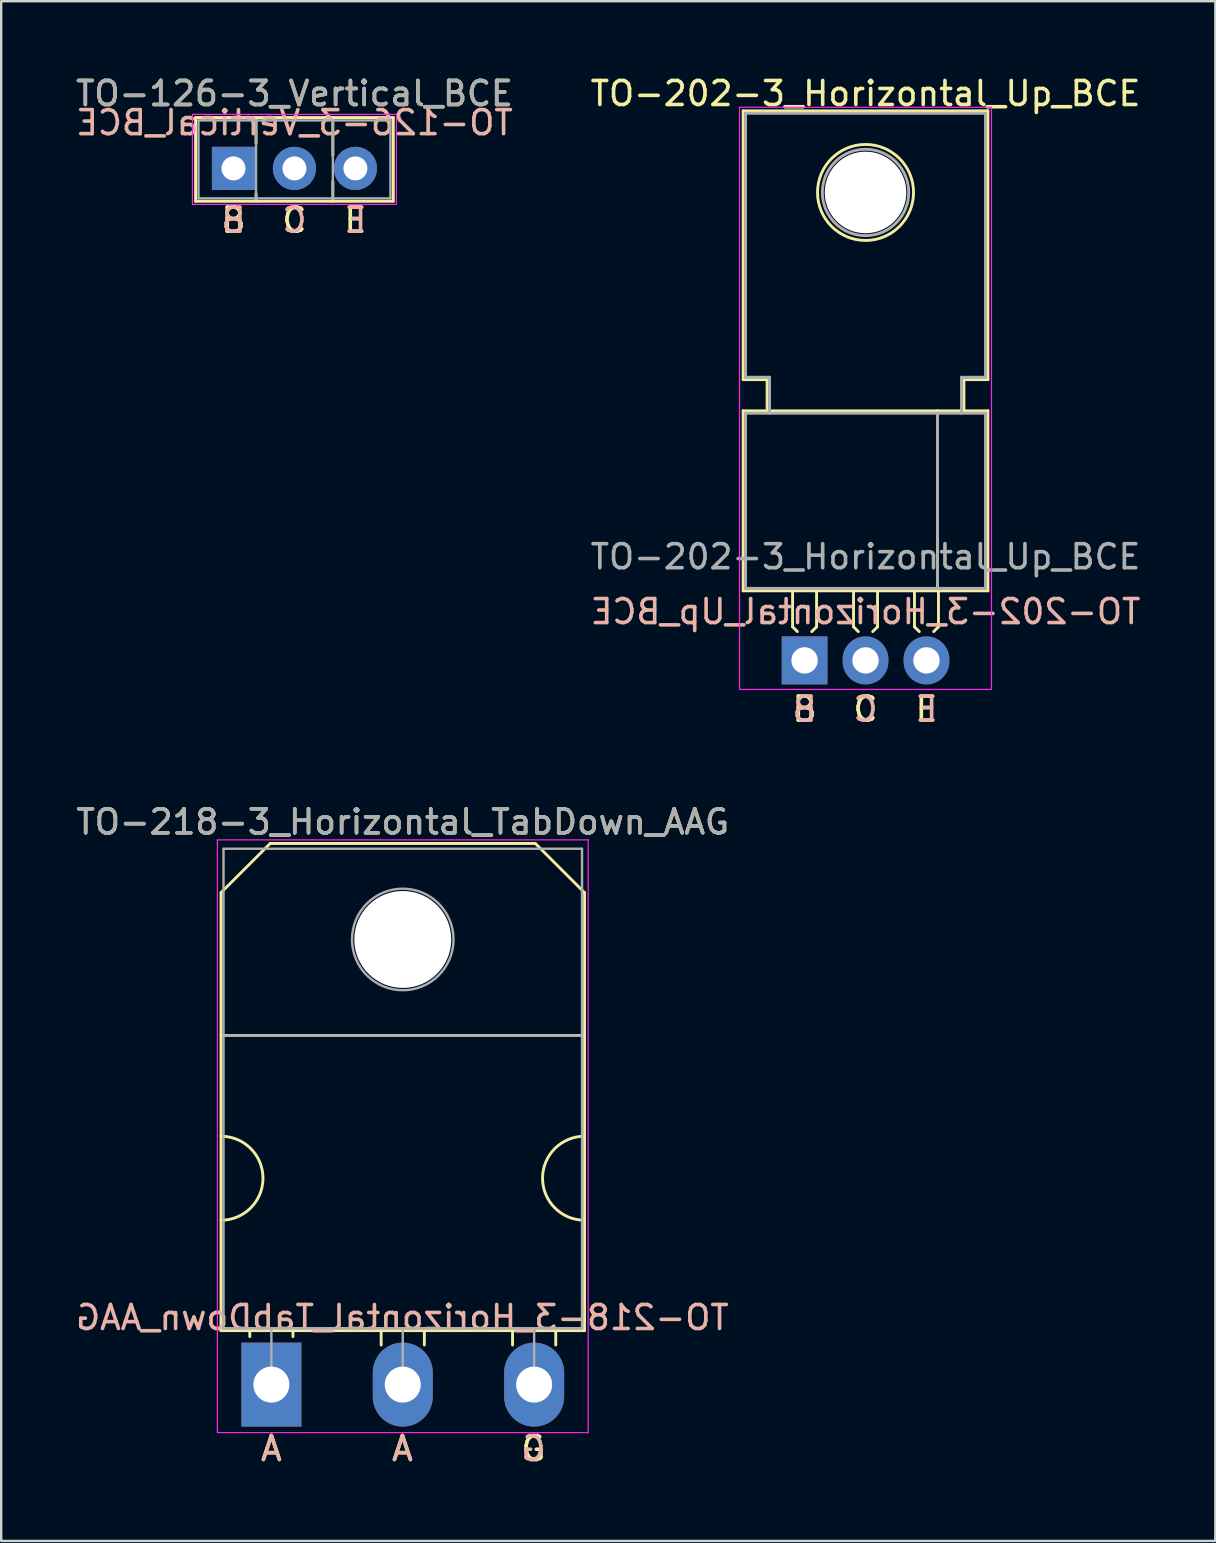
<source format=kicad_pcb>
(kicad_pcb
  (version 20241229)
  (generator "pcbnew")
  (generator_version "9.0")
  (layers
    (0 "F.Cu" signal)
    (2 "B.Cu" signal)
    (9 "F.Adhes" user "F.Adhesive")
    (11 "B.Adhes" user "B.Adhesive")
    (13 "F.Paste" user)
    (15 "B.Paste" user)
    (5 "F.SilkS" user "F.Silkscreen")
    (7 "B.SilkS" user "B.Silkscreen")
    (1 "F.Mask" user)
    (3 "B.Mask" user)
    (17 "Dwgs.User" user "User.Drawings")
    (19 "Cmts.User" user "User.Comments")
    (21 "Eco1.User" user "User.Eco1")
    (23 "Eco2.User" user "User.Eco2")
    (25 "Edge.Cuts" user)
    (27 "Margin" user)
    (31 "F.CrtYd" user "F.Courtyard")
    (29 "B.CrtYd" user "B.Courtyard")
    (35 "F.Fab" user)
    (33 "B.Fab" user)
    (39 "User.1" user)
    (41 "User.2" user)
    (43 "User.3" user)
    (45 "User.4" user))
  (footprint "TO-126-3_Vertical_BCE"
    (layer "F.Cu")
    (at 6.68 3.968)
    (property "Reference" "TO-126-3_Vertical_BCE" (at 2.54 -3.12 0) (layer "F.SilkS") (effects (font (size 1 1) (thickness 0.15))))
    (fp_line (start -1.58 -2.12) (end -1.58 1.37) (stroke (width 0.12) (type solid)) (layer "F.SilkS"))
    (fp_line (start -1.58 -2.12) (end 6.66 -2.12) (stroke (width 0.12) (type solid)) (layer "F.SilkS"))
    (fp_line (start -1.58 1.37) (end 6.66 1.37) (stroke (width 0.12) (type solid)) (layer "F.SilkS"))
    (fp_line (start 0.94 -2.12) (end 0.94 -1.05) (stroke (width 0.12) (type solid)) (layer "F.SilkS"))
    (fp_line (start 0.94 1.05) (end 0.94 1.37) (stroke (width 0.12) (type solid)) (layer "F.SilkS"))
    (fp_line (start 4.141 -2.12) (end 4.141 -0.54) (stroke (width 0.12) (type solid)) (layer "F.SilkS"))
    (fp_line (start 4.141 0.54) (end 4.141 1.37) (stroke (width 0.12) (type solid)) (layer "F.SilkS"))
    (fp_line (start 6.66 -2.12) (end 6.66 1.37) (stroke (width 0.12) (type solid)) (layer "F.SilkS"))
    (fp_line (start -1.71 -2.25) (end -1.71 1.5) (stroke (width 0.05) (type solid)) (layer "F.CrtYd"))
    (fp_line (start -1.71 1.5) (end 6.79 1.5) (stroke (width 0.05) (type solid)) (layer "F.CrtYd"))
    (fp_line (start 6.79 -2.25) (end -1.71 -2.25) (stroke (width 0.05) (type solid)) (layer "F.CrtYd"))
    (fp_line (start 6.79 1.5) (end 6.79 -2.25) (stroke (width 0.05) (type solid)) (layer "F.CrtYd"))
    (fp_line (start -1.46 -2) (end -1.46 1.25) (stroke (width 0.1) (type solid)) (layer "F.Fab"))
    (fp_line (start -1.46 1.25) (end 6.54 1.25) (stroke (width 0.1) (type solid)) (layer "F.Fab"))
    (fp_line (start 0.94 -2) (end 0.94 1.25) (stroke (width 0.1) (type solid)) (layer "F.Fab"))
    (fp_line (start 4.14 -2) (end 4.14 1.25) (stroke (width 0.1) (type solid)) (layer "F.Fab"))
    (fp_line (start 6.54 -2) (end -1.46 -2) (stroke (width 0.1) (type solid)) (layer "F.Fab"))
    (fp_line (start 6.54 1.25) (end 6.54 -2) (stroke (width 0.1) (type solid)) (layer "F.Fab"))
    (fp_text user "E" (at 5.08 2.159 0) (unlocked yes) (layer "F.SilkS") (effects (font (size 1 1) (thickness 0.15))))
    (fp_text user "C" (at 2.54 2.159 0) (unlocked yes) (layer "F.SilkS") (effects (font (size 1 1) (thickness 0.15))))
    (fp_text user "B" (at 0 2.159 0) (unlocked yes) (layer "F.SilkS") (effects (font (size 1 1) (thickness 0.15))))
    (fp_text user "E" (at 5.08 2.159 0) (unlocked yes) (layer "B.SilkS") (effects (font (size 1 1) (thickness 0.15)) (justify mirror)))
    (fp_text user "B" (at 0 2.159 0) (unlocked yes) (layer "B.SilkS") (effects (font (size 1 1) (thickness 0.15)) (justify mirror)))
    (fp_text user "${REFERENCE}" (at 2.54 -1.905 0) (layer "B.SilkS") (effects (font (size 1 1) (thickness 0.15)) (justify mirror)))
    (fp_text user "C" (at 2.54 2.159 0) (unlocked yes) (layer "B.SilkS") (effects (font (size 1 1) (thickness 0.15)) (justify mirror)))
    (fp_text user "${REFERENCE}" (at 2.54 -3.12 0) (layer "F.Fab") (effects (font (size 1 1) (thickness 0.15))))
    (pad "1" thru_hole rect (at 0 0) (size 1.8 1.8) (drill 1) (layers "*.Cu" "*.Mask"))
    (pad "2" thru_hole oval (at 2.54 0) (size 1.8 1.8) (drill 1) (layers "*.Cu" "*.Mask"))
    (pad "3" thru_hole oval (at 5.08 0) (size 1.8 1.8) (drill 1) (layers "*.Cu" "*.Mask")))
  (footprint "TO-218-3_Horizontal_TabDown_AAG"
    (layer "F.Cu")
    (at 8.259 54.649)
    (property "Reference" "TO-218-3_Horizontal_TabDown_AAG" (at 5.475 -23.45 0) (layer "F.SilkS") (effects (font (size 1 1) (thickness 0.15))))
    (fp_line (start -2.1 -20.5) (end -0.05 -22.55) (stroke (width 0.12) (type solid)) (layer "F.SilkS"))
    (fp_line (start -2.1 -14.55) (end 13.05 -14.55) (stroke (width 0.12) (type solid)) (layer "F.SilkS"))
    (fp_line (start -2.1 -2.25) (end -2.1 -20.5) (stroke (width 0.12) (type solid)) (layer "F.SilkS"))
    (fp_line (start -0.9 -2.2) (end -0.9 -2) (stroke (width 0.12) (type solid)) (layer "F.SilkS"))
    (fp_line (start -0.05 -22.55) (end 11 -22.55) (stroke (width 0.12) (type solid)) (layer "F.SilkS"))
    (fp_line (start 0.9 -2.2) (end 0.9 -2) (stroke (width 0.12) (type solid)) (layer "F.SilkS"))
    (fp_line (start 4.575 -2.2) (end 4.575 -1.65) (stroke (width 0.12) (type solid)) (layer "F.SilkS"))
    (fp_line (start 6.375 -2.2) (end 6.375 -1.65) (stroke (width 0.12) (type solid)) (layer "F.SilkS"))
    (fp_line (start 10.05 -2.2) (end 10.05 -1.65) (stroke (width 0.12) (type solid)) (layer "F.SilkS"))
    (fp_line (start 11.85 -2.2) (end 11.85 -1.65) (stroke (width 0.12) (type solid)) (layer "F.SilkS"))
    (fp_line (start 13.05 -20.5) (end 11 -22.55) (stroke (width 0.12) (type solid)) (layer "F.SilkS"))
    (fp_line (start 13.05 -20.5) (end 13.05 -2.25) (stroke (width 0.12) (type solid)) (layer "F.SilkS"))
    (fp_line (start 13.05 -2.25) (end -2.1 -2.25) (stroke (width 0.12) (type solid)) (layer "F.SilkS"))
    (fp_arc (start -2.1 -10.35) (mid -0.35 -8.6) (end -2.1 -6.85) (stroke (width 0.12) (type solid)) (layer "F.SilkS"))
    (fp_arc (start 13.05 -6.85) (mid 11.3 -8.6) (end 13.05 -10.35) (stroke (width 0.12) (type solid)) (layer "F.SilkS"))
    (fp_line (start -2.25 -22.7) (end -2.25 2) (stroke (width 0.05) (type solid)) (layer "F.CrtYd"))
    (fp_line (start -2.25 2) (end 13.2 2) (stroke (width 0.05) (type solid)) (layer "F.CrtYd"))
    (fp_line (start 13.2 -22.7) (end -2.25 -22.7) (stroke (width 0.05) (type solid)) (layer "F.CrtYd"))
    (fp_line (start 13.2 2) (end 13.2 -22.7) (stroke (width 0.05) (type solid)) (layer "F.CrtYd"))
    (fp_line (start -1.995 -22.33) (end 12.945 -22.33) (stroke (width 0.1) (type solid)) (layer "F.Fab"))
    (fp_line (start -1.995 -14.54) (end -1.995 -22.33) (stroke (width 0.1) (type solid)) (layer "F.Fab"))
    (fp_line (start -1.995 -14.54) (end 12.945 -14.54) (stroke (width 0.1) (type solid)) (layer "F.Fab"))
    (fp_line (start -1.995 -2.35) (end -1.995 -14.54) (stroke (width 0.1) (type solid)) (layer "F.Fab"))
    (fp_line (start 0 -2.35) (end 0 0) (stroke (width 0.1) (type solid)) (layer "F.Fab"))
    (fp_line (start 5.475 -2.35) (end 5.475 0) (stroke (width 0.1) (type solid)) (layer "F.Fab"))
    (fp_line (start 10.95 -2.35) (end 10.95 0) (stroke (width 0.1) (type solid)) (layer "F.Fab"))
    (fp_line (start 12.945 -22.33) (end 12.945 -14.54) (stroke (width 0.1) (type solid)) (layer "F.Fab"))
    (fp_line (start 12.945 -14.54) (end -1.995 -14.54) (stroke (width 0.1) (type solid)) (layer "F.Fab"))
    (fp_line (start 12.945 -14.54) (end 12.945 -2.35) (stroke (width 0.1) (type solid)) (layer "F.Fab"))
    (fp_line (start 12.945 -2.35) (end -1.995 -2.35) (stroke (width 0.1) (type solid)) (layer "F.Fab"))
    (fp_circle (center 5.475 -18.55) (end 7.59 -18.55) (stroke (width 0.1) (type solid)) (fill no) (layer "F.Fab"))
    (fp_text user "A" (at 5.461 2.667 0) (unlocked yes) (layer "F.SilkS") (effects (font (size 1 1) (thickness 0.15))))
    (fp_text user "G" (at 10.922 2.667 0) (unlocked yes) (layer "F.SilkS") (effects (font (size 1 1) (thickness 0.15))))
    (fp_text user "A" (at 0 2.667 0) (unlocked yes) (layer "F.SilkS") (effects (font (size 1 1) (thickness 0.15))))
    (fp_text user "G" (at 10.922 2.667 0) (unlocked yes) (layer "B.SilkS") (effects (font (size 1 1) (thickness 0.15)) (justify mirror)))
    (fp_text user "A" (at 0 2.667 0) (unlocked yes) (layer "B.SilkS") (effects (font (size 1 1) (thickness 0.15)) (justify mirror)))
    (fp_text user "A" (at 5.461 2.667 0) (unlocked yes) (layer "B.SilkS") (effects (font (size 1 1) (thickness 0.15)) (justify mirror)))
    (fp_text user "${REFERENCE}" (at 5.461 -2.794 0) (layer "B.SilkS") (effects (font (size 1 1) (thickness 0.15)) (justify mirror)))
    (fp_text user "${REFERENCE}" (at 5.475 -23.45 0) (layer "F.Fab") (effects (font (size 1 1) (thickness 0.15))))
    (pad "" np_thru_hole oval (at 5.475 -18.55) (size 4.04 4.04) (drill 4.04) (layers "*.Cu" "*.Mask"))
    (pad "1" thru_hole rect (at 0 0) (size 2.5 3.5) (drill 1.5) (layers "*.Cu" "*.Mask"))
    (pad "2" thru_hole oval (at 5.475 0) (size 2.5 3.5) (drill 1.5) (layers "*.Cu" "*.Mask"))
    (pad "3" thru_hole oval (at 10.95 0) (size 2.5 3.5) (drill 1.5) (layers "*.Cu" "*.Mask")))
  (footprint "TO-202-3_Horizontal_Up_BCE"
    (layer "F.Cu")
    (at 30.478 24.47)
    (property "Reference" "TO-202-3_Horizontal_Up_BCE" (at 2.54 -23.622 0) (layer "F.SilkS") (effects (font (size 1 1) (thickness 0.15))))
    (fp_line (start -2.56 -22.9) (end 7.64 -22.9) (stroke (width 0.12) (type solid)) (layer "F.SilkS"))
    (fp_line (start -2.56 -11.7) (end -2.56 -22.9) (stroke (width 0.12) (type solid)) (layer "F.SilkS"))
    (fp_line (start -2.56 -10.4) (end -1.56 -10.4) (stroke (width 0.12) (type solid)) (layer "F.SilkS"))
    (fp_line (start -2.56 -2.9) (end -2.56 -10.4) (stroke (width 0.12) (type solid)) (layer "F.SilkS"))
    (fp_line (start -1.56 -11.7) (end -2.56 -11.7) (stroke (width 0.12) (type solid)) (layer "F.SilkS"))
    (fp_line (start -1.56 -10.4) (end -1.56 -11.7) (stroke (width 0.12) (type solid)) (layer "F.SilkS"))
    (fp_line (start -1.56 -10.4) (end 6.64 -10.4) (stroke (width 0.12) (type solid)) (layer "F.SilkS"))
    (fp_line (start -0.5 -2.9) (end -0.5 -1.4) (stroke (width 0.12) (type solid)) (layer "F.SilkS"))
    (fp_line (start -0.5 -1.4) (end -0.3 -1.2) (stroke (width 0.12) (type solid)) (layer "F.SilkS"))
    (fp_line (start 0.5 -2.9) (end 0.5 -1.4) (stroke (width 0.12) (type solid)) (layer "F.SilkS"))
    (fp_line (start 0.5 -1.4) (end 0.3 -1.2) (stroke (width 0.12) (type solid)) (layer "F.SilkS"))
    (fp_line (start 2.04 -2.9) (end 2.04 -1.4) (stroke (width 0.12) (type solid)) (layer "F.SilkS"))
    (fp_line (start 2.04 -1.4) (end 2.24 -1.2) (stroke (width 0.12) (type solid)) (layer "F.SilkS"))
    (fp_line (start 3.04 -2.9) (end 3.04 -1.4) (stroke (width 0.12) (type solid)) (layer "F.SilkS"))
    (fp_line (start 3.04 -1.4) (end 2.84 -1.2) (stroke (width 0.12) (type solid)) (layer "F.SilkS"))
    (fp_line (start 4.58 -2.9) (end 4.58 -1.4) (stroke (width 0.12) (type solid)) (layer "F.SilkS"))
    (fp_line (start 4.58 -1.4) (end 4.78 -1.2) (stroke (width 0.12) (type solid)) (layer "F.SilkS"))
    (fp_line (start 5.54 -10.4) (end 5.54 -2.9) (stroke (width 0.12) (type solid)) (layer "F.SilkS"))
    (fp_line (start 5.58 -2.9) (end 5.58 -1.4) (stroke (width 0.12) (type solid)) (layer "F.SilkS"))
    (fp_line (start 5.58 -1.4) (end 5.38 -1.2) (stroke (width 0.12) (type solid)) (layer "F.SilkS"))
    (fp_line (start 6.64 -11.7) (end 6.64 -10.4) (stroke (width 0.12) (type solid)) (layer "F.SilkS"))
    (fp_line (start 6.64 -10.4) (end 7.64 -10.4) (stroke (width 0.12) (type solid)) (layer "F.SilkS"))
    (fp_line (start 7.64 -22.9) (end 7.64 -11.7) (stroke (width 0.12) (type solid)) (layer "F.SilkS"))
    (fp_line (start 7.64 -11.7) (end 6.64 -11.7) (stroke (width 0.12) (type solid)) (layer "F.SilkS"))
    (fp_line (start 7.64 -10.4) (end 7.64 -2.9) (stroke (width 0.12) (type solid)) (layer "F.SilkS"))
    (fp_line (start 7.64 -2.9) (end -2.56 -2.9) (stroke (width 0.12) (type solid)) (layer "F.SilkS"))
    (fp_circle (center 2.54 -19.5) (end 4.54 -19.5) (stroke (width 0.12) (type solid)) (fill no) (layer "F.SilkS"))
    (fp_line (start -2.71 -23.05) (end -2.71 1.21) (stroke (width 0.05) (type solid)) (layer "F.CrtYd"))
    (fp_line (start -2.71 1.21) (end 7.79 1.21) (stroke (width 0.05) (type solid)) (layer "F.CrtYd"))
    (fp_line (start 7.79 -23.05) (end -2.71 -23.05) (stroke (width 0.05) (type solid)) (layer "F.CrtYd"))
    (fp_line (start 7.79 1.21) (end 7.79 -23.05) (stroke (width 0.05) (type solid)) (layer "F.CrtYd"))
    (fp_line (start -2.46 -22.8) (end 7.54 -22.8) (stroke (width 0.12) (type solid)) (layer "F.Fab"))
    (fp_line (start -2.46 -11.8) (end -2.46 -22.8) (stroke (width 0.12) (type solid)) (layer "F.Fab"))
    (fp_line (start -2.46 -10.3) (end -2.46 -3) (stroke (width 0.12) (type solid)) (layer "F.Fab"))
    (fp_line (start -2.46 -3) (end 7.54 -3) (stroke (width 0.12) (type solid)) (layer "F.Fab"))
    (fp_line (start -1.46 -11.8) (end -2.46 -11.8) (stroke (width 0.12) (type solid)) (layer "F.Fab"))
    (fp_line (start -1.46 -10.3) (end -1.46 -11.8) (stroke (width 0.12) (type solid)) (layer "F.Fab"))
    (fp_line (start 5.54 -3) (end 5.54 -10.3) (stroke (width 0.12) (type solid)) (layer "F.Fab"))
    (fp_line (start 6.54 -11.8) (end 6.54 -10.3) (stroke (width 0.12) (type solid)) (layer "F.Fab"))
    (fp_line (start 7.54 -22.8) (end 7.54 -11.8) (stroke (width 0.12) (type solid)) (layer "F.Fab"))
    (fp_line (start 7.54 -11.8) (end 6.54 -11.8) (stroke (width 0.12) (type solid)) (layer "F.Fab"))
    (fp_line (start 7.54 -10.3) (end -2.46 -10.3) (stroke (width 0.12) (type solid)) (layer "F.Fab"))
    (fp_line (start 7.54 -3) (end 7.54 -10.3) (stroke (width 0.12) (type solid)) (layer "F.Fab"))
    (fp_circle (center 2.54 -19.5) (end 4.34 -19.5) (stroke (width 0.12) (type solid)) (fill no) (layer "F.Fab"))
    (fp_text user "C" (at 2.54 2.032 0) (unlocked yes) (layer "F.SilkS") (effects (font (size 1 1) (thickness 0.15))))
    (fp_text user "E" (at 5.08 2.032 0) (unlocked yes) (layer "F.SilkS") (effects (font (size 1 1) (thickness 0.15))))
    (fp_text user "B" (at 0 2.032 0) (unlocked yes) (layer "F.SilkS") (effects (font (size 1 1) (thickness 0.15))))
    (fp_text user "B" (at 0 2.032 0) (unlocked yes) (layer "B.SilkS") (effects (font (size 1 1) (thickness 0.15)) (justify mirror)))
    (fp_text user "C" (at 2.54 2.032 0) (unlocked yes) (layer "B.SilkS") (effects (font (size 1 1) (thickness 0.15)) (justify mirror)))
    (fp_text user "E" (at 5.08 2.032 0) (unlocked yes) (layer "B.SilkS") (effects (font (size 1 1) (thickness 0.15)) (justify mirror)))
    (fp_text user "${REFERENCE}" (at 2.54 -2.032 0) (layer "B.SilkS") (effects (font (size 1 1) (thickness 0.15)) (justify mirror)))
    (fp_text user "${REFERENCE}" (at 2.54 -4.318 0) (layer "F.Fab") (effects (font (size 1 1) (thickness 0.15))))
    (pad "" np_thru_hole circle (at 2.54 -19.5) (size 3.4 3.4) (drill 3.4) (layers "*.Cu" "*.Mask"))
    (pad "1" thru_hole rect (at 0 0) (size 1.905 2) (drill 1.1) (layers "*.Cu" "*.Mask"))
    (pad "2" thru_hole oval (at 2.54 0) (size 1.905 2) (drill 1.1) (layers "*.Cu" "*.Mask"))
    (pad "3" thru_hole oval (at 5.08 0) (size 1.905 2) (drill 1.1) (layers "*.Cu" "*.Mask")))
  (gr_rect
    (start -3 -3)
    (end 47.595 61.164)
    (stroke (width 0.1) (type default))
    (fill no)
    (layer "Edge.Cuts")))
</source>
